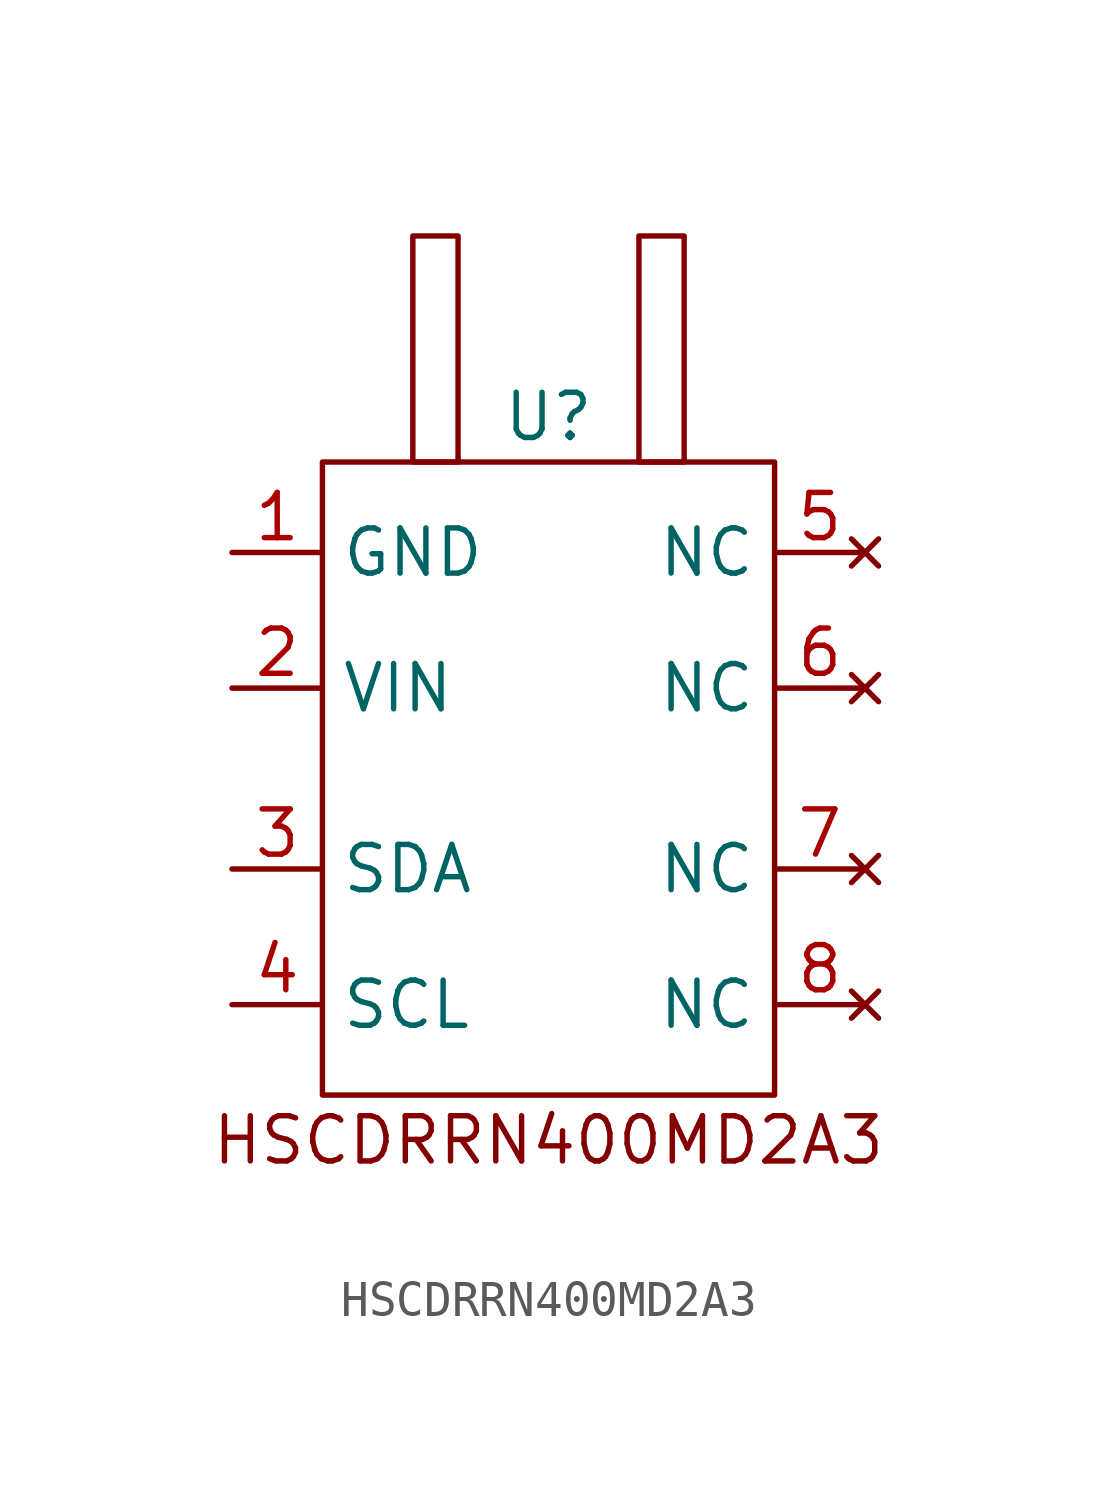
<source format=kicad_sym>
(kicad_symbol_lib
  (version 20220914)
  (generator kicad_symbol_editor)
  (symbol "HSCDRRN400MD2A3"
    (property "Reference" "U"
      (at 0 10.16 0)
      (effects (font (size 1.27 1.27))))
    (property "Value" ""
      (at 0 0 0)
      (effects (font (size 1.27 1.27))))
    (symbol "HSCDRRN400MD2A3_0_0"
      (text "" (at 7.62 6.35 0) (effects (font (size 1.27 1.27)))))
    (symbol "HSCDRRN400MD2A3_0_1"
      (rectangle (start -6.35 8.89) (end 6.35 -8.89) (stroke (width 0) (type default)) (fill (type none)))
      (rectangle (start -3.81 15.24) (end -2.54 8.89) (stroke (width 0) (type default)) (fill (type none)))
      (rectangle (start 2.54 15.24) (end 3.81 8.89) (stroke (width 0) (type default)) (fill (type none))))
    (symbol "HSCDRRN400MD2A3_1_1"
      (text "HSCDRRN400MD2A3" (at 0 -10.16 0) (effects (font (size 1.27 1.27))))
      (pin power_out line (at -8.89 6.35 0) (length 2.54) (name "GND" (effects (font (size 1.27 1.27)))) (number "1" (effects (font (size 1.27 1.27)))))
      (pin power_in line (at -8.89 2.54 0) (length 2.54) (name "VIN" (effects (font (size 1.27 1.27)))) (number "2" (effects (font (size 1.27 1.27)))))
      (pin input line (at -8.89 -2.54 0) (length 2.54) (name "SDA" (effects (font (size 1.27 1.27)))) (number "3" (effects (font (size 1.27 1.27)))))
      (pin input line (at -8.89 -6.35 0) (length 2.54) (name "SCL" (effects (font (size 1.27 1.27)))) (number "4" (effects (font (size 1.27 1.27)))))
      (pin no_connect line (at 8.89 6.35 180) (length 2.54) (name "NC" (effects (font (size 1.27 1.27)))) (number "5" (effects (font (size 1.27 1.27)))))
      (pin no_connect line (at 8.89 2.54 180) (length 2.54) (name "NC" (effects (font (size 1.27 1.27)))) (number "6" (effects (font (size 1.27 1.27)))))
      (pin no_connect line (at 8.89 -2.54 180) (length 2.54) (name "NC" (effects (font (size 1.27 1.27)))) (number "7" (effects (font (size 1.27 1.27)))))
      (pin no_connect line (at 8.89 -6.35 180) (length 2.54) (name "NC" (effects (font (size 1.27 1.27)))) (number "8" (effects (font (size 1.27 1.27))))))))
</source>
